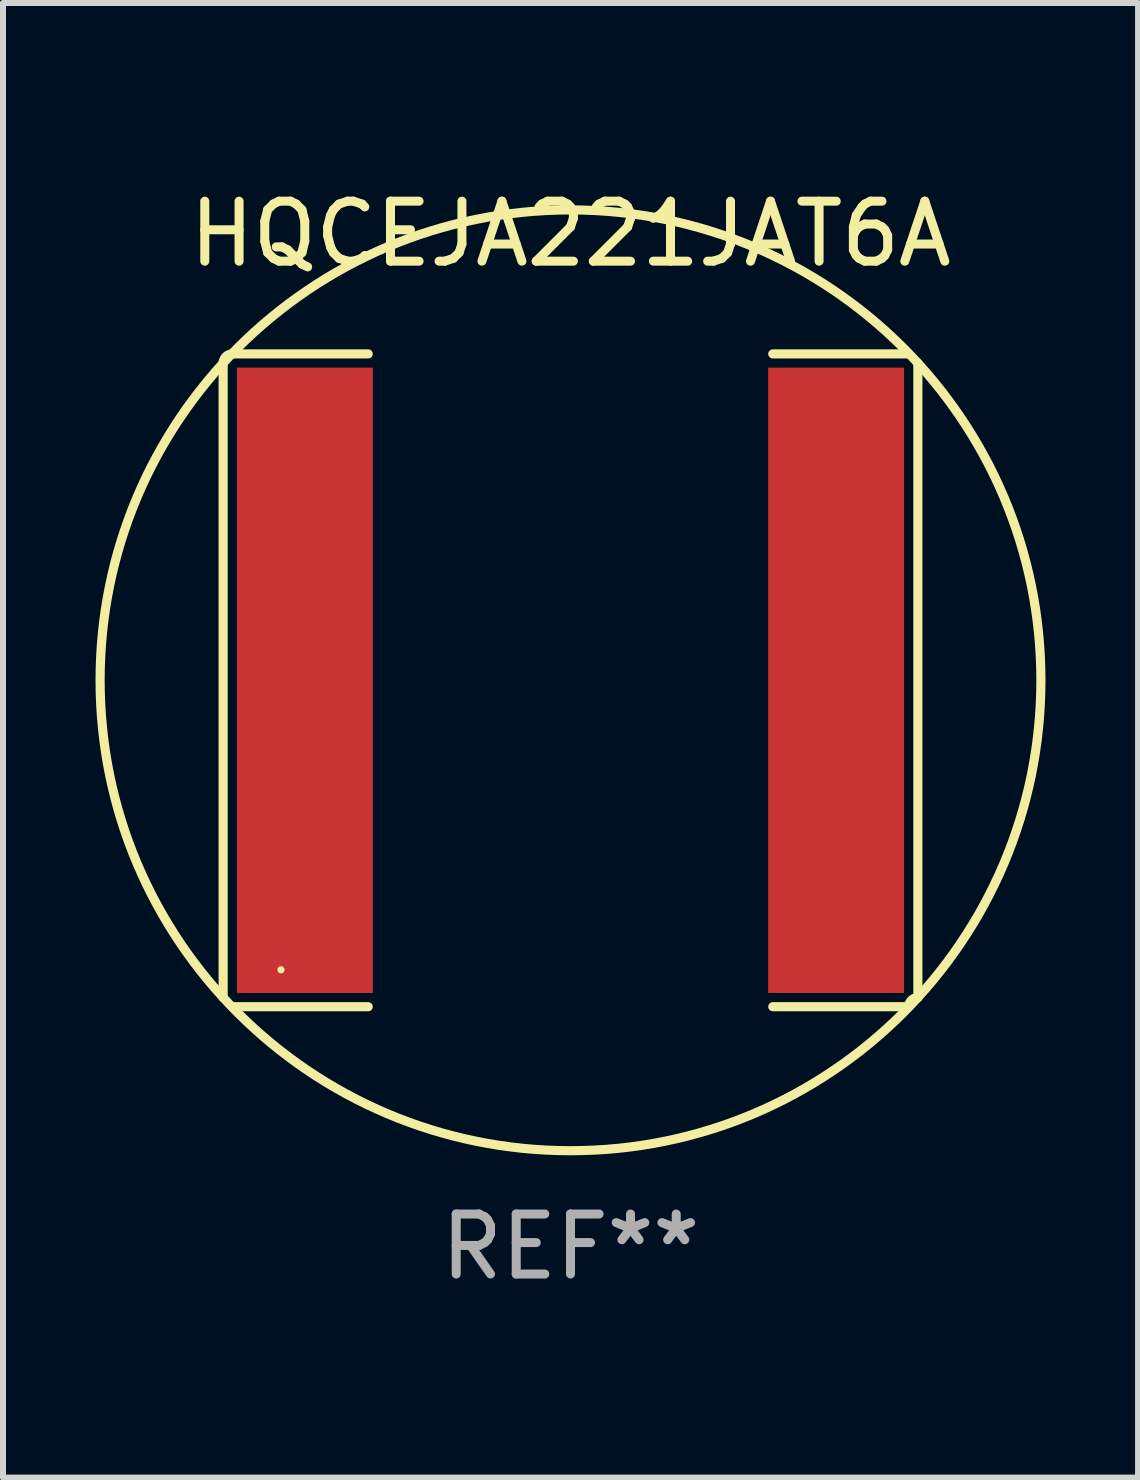
<source format=kicad_pcb>
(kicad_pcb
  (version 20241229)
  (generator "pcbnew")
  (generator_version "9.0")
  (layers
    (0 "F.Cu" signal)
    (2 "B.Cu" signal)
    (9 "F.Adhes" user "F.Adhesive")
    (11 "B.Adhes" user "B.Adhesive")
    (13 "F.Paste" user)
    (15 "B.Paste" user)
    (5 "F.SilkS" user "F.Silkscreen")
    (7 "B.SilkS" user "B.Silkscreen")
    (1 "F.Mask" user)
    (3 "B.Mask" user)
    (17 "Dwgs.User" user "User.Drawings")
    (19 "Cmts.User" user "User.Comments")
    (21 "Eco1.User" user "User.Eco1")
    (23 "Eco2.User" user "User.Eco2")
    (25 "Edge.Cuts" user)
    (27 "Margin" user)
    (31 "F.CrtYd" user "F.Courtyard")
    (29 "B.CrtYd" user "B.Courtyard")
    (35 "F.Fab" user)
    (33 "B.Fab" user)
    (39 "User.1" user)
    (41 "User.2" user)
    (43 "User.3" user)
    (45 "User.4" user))
  (footprint "HQCEJA221JAT6A"
    (layer "F.Cu")
    (at 6.458 8.288)
    (property "Reference" "HQCEJA221JAT6A" (at 0 -7.44 0) (layer "F.SilkS") (effects (font (size 1 1) (thickness 0.15))))
    (attr through_hole)
    (fp_line (start -5.789 -5.287) (end -5.789 5.287) (stroke (width 0.152) (type solid)) (layer "F.SilkS"))
    (fp_line (start -5.636 5.44) (end -3.371 5.44) (stroke (width 0.152) (type solid)) (layer "F.SilkS"))
    (fp_line (start -3.371 -5.44) (end -5.636 -5.44) (stroke (width 0.152) (type solid)) (layer "F.SilkS"))
    (fp_line (start 3.371 -5.44) (end 5.636 -5.44) (stroke (width 0.152) (type solid)) (layer "F.SilkS"))
    (fp_line (start 5.636 5.44) (end 3.371 5.44) (stroke (width 0.152) (type solid)) (layer "F.SilkS"))
    (fp_line (start 5.789 -5.287) (end 5.789 5.287) (stroke (width 0.152) (type solid)) (layer "F.SilkS"))
    (fp_arc (start -5.7886 -5.287201) (mid -5.743963 -5.394964) (end -5.6362 -5.439601) (stroke (width 0.1524) (type solid)) (layer "F.SilkS"))
    (fp_arc (start -5.7886 5.287201) (mid 5.788578 -5.287179) (end -5.7886 5.287201) (stroke (width 0.1524) (type solid)) (layer "F.SilkS"))
    (fp_arc (start 5.6362 5.439601) (mid 5.680837 5.331838) (end 5.7886 5.287201) (stroke (width 0.1524) (type solid)) (layer "F.SilkS"))
    (fp_circle (center -4.825 4.825) (end -4.795 4.825) (stroke (width 0.06) (type solid)) (fill no) (layer "F.SilkS"))
    (fp_text user "REF**" (at 0 9.44 0) (layer "F.Fab") (effects (font (size 1 1) (thickness 0.15))))
    (pad "1" smd rect (at -4.427 0) (size 2.265 10.422) (layers "F.Cu" "F.Mask" "F.Paste"))
    (pad "2" smd rect (at 4.427 0) (size 2.265 10.422) (layers "F.Cu" "F.Mask" "F.Paste")))
  (gr_rect
    (start -3 -3)
    (end 15.917 21.576)
    (stroke (width 0.1) (type default))
    (fill no)
    (layer "Edge.Cuts")))
</source>
